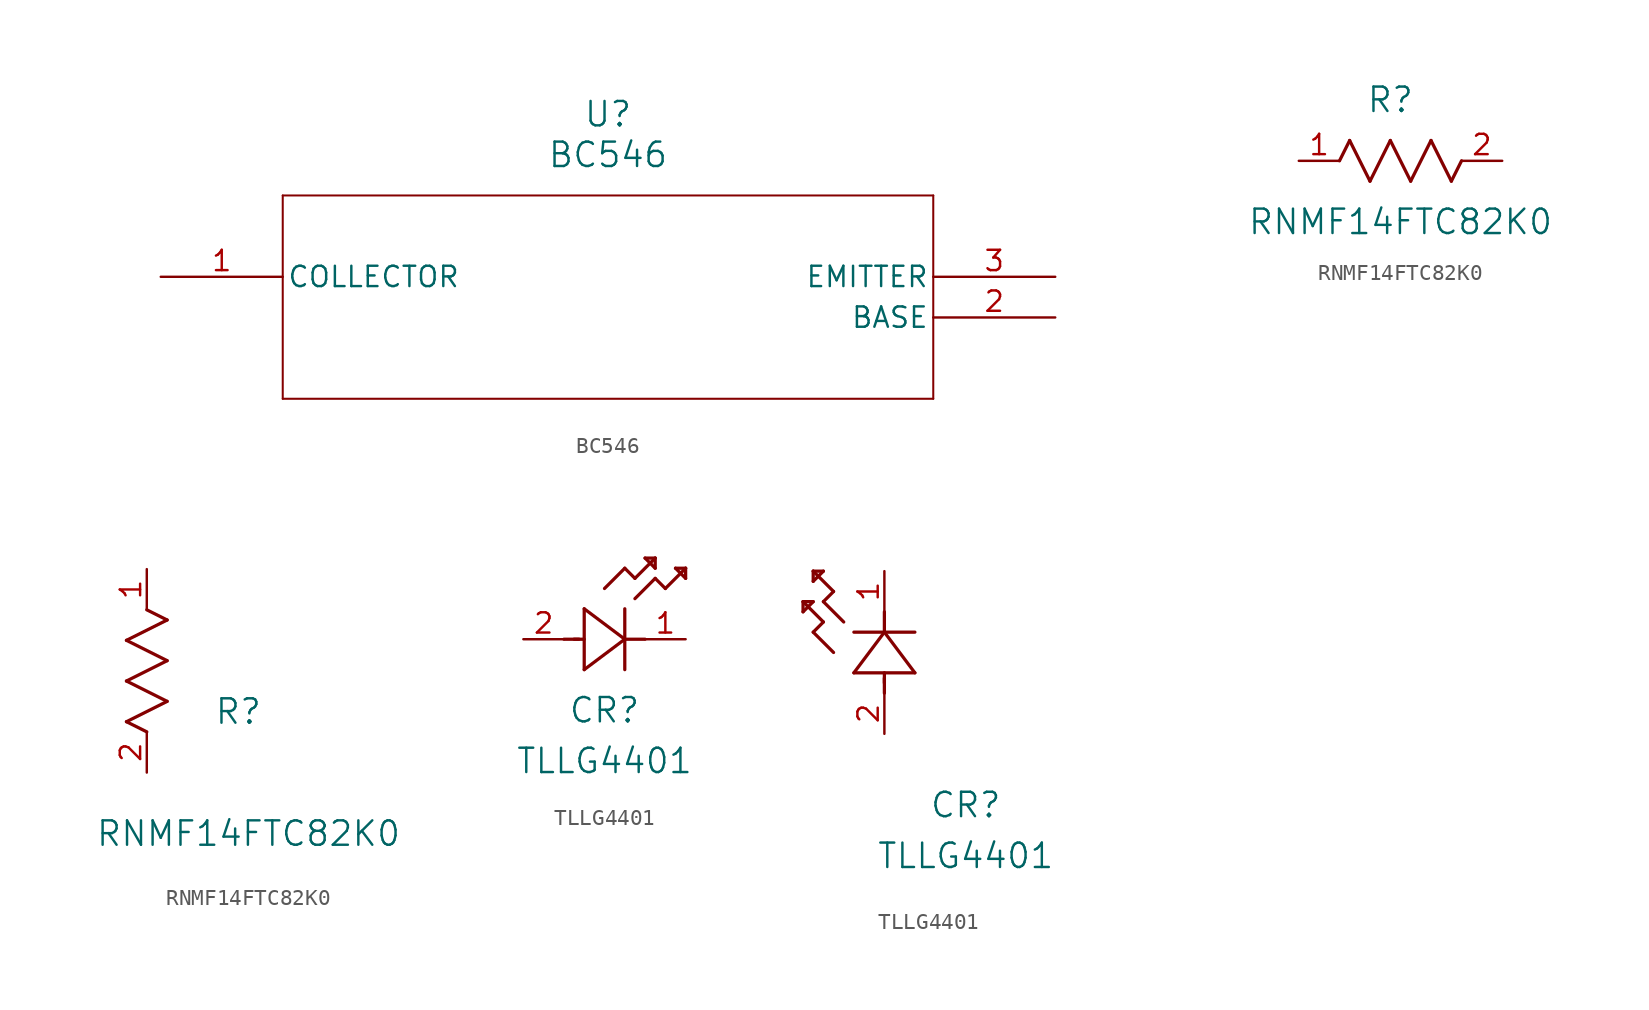
<source format=kicad_sym>
(kicad_symbol_lib
  (version 20220914)
  (generator kicad_symbol_editor)
  (symbol "BC546"
    (pin_names
      (offset 0.254))
    (property "Reference" "U"
      (at 27.94 10.16 0)
      (effects (font (size 1.524 1.524))))
    (property "Value" "BC546"
      (at 27.94 7.62 0)
      (effects (font (size 1.524 1.524))))
    (property "ki_locked" ""
      (at 0 0 0)
      (effects (font (size 1.27 1.27))))
    (symbol "BC546_0_1"
      (polyline (pts (xy 7.62 -7.62) (xy 48.26 -7.62)) (stroke (width 0.127) (type default)) (fill (type none)))
      (polyline (pts (xy 7.62 5.08) (xy 7.62 -7.62)) (stroke (width 0.127) (type default)) (fill (type none)))
      (polyline (pts (xy 48.26 -7.62) (xy 48.26 5.08)) (stroke (width 0.127) (type default)) (fill (type none)))
      (polyline (pts (xy 48.26 5.08) (xy 7.62 5.08)) (stroke (width 0.127) (type default)) (fill (type none)))
      (pin unspecified line (at 0 0 0) (length 7.62) (name "COLLECTOR" (effects (font (size 1.27 1.27)))) (number "1" (effects (font (size 1.27 1.27)))))
      (pin unspecified line (at 55.88 -2.54 180) (length 7.62) (name "BASE" (effects (font (size 1.27 1.27)))) (number "2" (effects (font (size 1.27 1.27)))))
      (pin unspecified line (at 55.88 0 180) (length 7.62) (name "EMITTER" (effects (font (size 1.27 1.27)))) (number "3" (effects (font (size 1.27 1.27)))))))
  (symbol "RNMF14FTC82K0"
    (pin_names
      (offset 0.254))
    (property "Reference" "R"
      (at 5.715 3.81 0)
      (effects (font (size 1.524 1.524))))
    (property "Value" "RNMF14FTC82K0"
      (at 6.35 -3.81 0)
      (effects (font (size 1.524 1.524))))
    (property "ki_locked" ""
      (at 0 0 0)
      (effects (font (size 1.27 1.27))))
    (symbol "RNMF14FTC82K0_1_1"
      (polyline (pts (xy 2.54 0) (xy 3.175 1.27)) (stroke (width 0.203) (type default)) (fill (type none)))
      (polyline (pts (xy 3.175 1.27) (xy 4.445 -1.27)) (stroke (width 0.203) (type default)) (fill (type none)))
      (polyline (pts (xy 4.445 -1.27) (xy 5.715 1.27)) (stroke (width 0.203) (type default)) (fill (type none)))
      (polyline (pts (xy 5.715 1.27) (xy 6.985 -1.27)) (stroke (width 0.203) (type default)) (fill (type none)))
      (polyline (pts (xy 6.985 -1.27) (xy 8.255 1.27)) (stroke (width 0.203) (type default)) (fill (type none)))
      (polyline (pts (xy 8.255 1.27) (xy 9.525 -1.27)) (stroke (width 0.203) (type default)) (fill (type none)))
      (polyline (pts (xy 9.525 -1.27) (xy 10.16 0)) (stroke (width 0.203) (type default)) (fill (type none)))
      (pin unspecified line (at 0 0 0) (length 2.54) (name "" (effects (font (size 1.27 1.27)))) (number "1" (effects (font (size 1.27 1.27)))))
      (pin unspecified line (at 12.7 0 180) (length 2.54) (name "" (effects (font (size 1.27 1.27)))) (number "2" (effects (font (size 1.27 1.27))))))
    (symbol "RNMF14FTC82K0_1_2"
      (polyline (pts (xy -1.27 3.175) (xy 1.27 4.445)) (stroke (width 0.203) (type default)) (fill (type none)))
      (polyline (pts (xy -1.27 5.715) (xy 1.27 6.985)) (stroke (width 0.203) (type default)) (fill (type none)))
      (polyline (pts (xy -1.27 8.255) (xy 1.27 9.525)) (stroke (width 0.203) (type default)) (fill (type none)))
      (polyline (pts (xy 0 2.54) (xy -1.27 3.175)) (stroke (width 0.203) (type default)) (fill (type none)))
      (polyline (pts (xy 1.27 4.445) (xy -1.27 5.715)) (stroke (width 0.203) (type default)) (fill (type none)))
      (polyline (pts (xy 1.27 6.985) (xy -1.27 8.255)) (stroke (width 0.203) (type default)) (fill (type none)))
      (polyline (pts (xy 1.27 9.525) (xy 0 10.16)) (stroke (width 0.203) (type default)) (fill (type none)))
      (pin unspecified line (at 0 12.7 270) (length 2.54) (name "" (effects (font (size 1.27 1.27)))) (number "1" (effects (font (size 1.27 1.27)))))
      (pin unspecified line (at 0 0 90) (length 2.54) (name "" (effects (font (size 1.27 1.27)))) (number "2" (effects (font (size 1.27 1.27)))))))
  (symbol "TLLG4401"
    (pin_names
      (offset 0.254))
    (property "Reference" "CR"
      (at 5.08 -4.445 0)
      (effects (font (size 1.524 1.524))))
    (property "Value" "TLLG4401"
      (at 5.08 -7.62 0)
      (effects (font (size 1.524 1.524))))
    (property "ki_locked" ""
      (at 0 0 0)
      (effects (font (size 1.27 1.27))))
    (symbol "TLLG4401_1_1"
      (polyline (pts (xy 2.54 0) (xy 3.48 0)) (stroke (width 0.203) (type default)) (fill (type none)))
      (polyline (pts (xy 3.175 0) (xy 3.81 0)) (stroke (width 0.203) (type default)) (fill (type none)))
      (polyline (pts (xy 3.81 -1.905) (xy 6.35 0)) (stroke (width 0.203) (type default)) (fill (type none)))
      (polyline (pts (xy 3.81 1.905) (xy 3.81 -1.905)) (stroke (width 0.203) (type default)) (fill (type none)))
      (polyline (pts (xy 5.08 3.175) (xy 6.35 4.445)) (stroke (width 0.203) (type default)) (fill (type none)))
      (polyline (pts (xy 6.35 -1.905) (xy 6.35 1.905)) (stroke (width 0.203) (type default)) (fill (type none)))
      (polyline (pts (xy 6.35 0) (xy 3.81 1.905)) (stroke (width 0.203) (type default)) (fill (type none)))
      (polyline (pts (xy 6.35 0) (xy 7.62 0)) (stroke (width 0.203) (type default)) (fill (type none)))
      (polyline (pts (xy 6.35 4.445) (xy 6.985 3.81)) (stroke (width 0.203) (type default)) (fill (type none)))
      (polyline (pts (xy 6.985 2.54) (xy 8.255 3.81)) (stroke (width 0.203) (type default)) (fill (type none)))
      (polyline (pts (xy 6.985 3.81) (xy 8.255 5.08)) (stroke (width 0.203) (type default)) (fill (type none)))
      (polyline (pts (xy 7.62 5.08) (xy 8.255 4.445)) (stroke (width 0.203) (type default)) (fill (type none)))
      (polyline (pts (xy 8.255 3.81) (xy 8.89 3.175)) (stroke (width 0.203) (type default)) (fill (type none)))
      (polyline (pts (xy 8.255 4.445) (xy 8.255 5.08)) (stroke (width 0.203) (type default)) (fill (type none)))
      (polyline (pts (xy 8.255 5.08) (xy 7.62 5.08)) (stroke (width 0.203) (type default)) (fill (type none)))
      (polyline (pts (xy 8.89 3.175) (xy 10.16 4.445)) (stroke (width 0.203) (type default)) (fill (type none)))
      (polyline (pts (xy 9.525 4.445) (xy 10.16 3.81)) (stroke (width 0.203) (type default)) (fill (type none)))
      (polyline (pts (xy 10.16 3.81) (xy 10.16 4.445)) (stroke (width 0.203) (type default)) (fill (type none)))
      (polyline (pts (xy 10.16 4.445) (xy 9.525 4.445)) (stroke (width 0.203) (type default)) (fill (type none)))
      (pin unspecified line (at 10.16 0 180) (length 2.54) (name "" (effects (font (size 1.27 1.27)))) (number "1" (effects (font (size 1.27 1.27)))))
      (pin unspecified line (at 0 0 0) (length 2.54) (name "" (effects (font (size 1.27 1.27)))) (number "2" (effects (font (size 1.27 1.27))))))
    (symbol "TLLG4401_1_2"
      (polyline (pts (xy -5.08 7.62) (xy -4.445 8.255)) (stroke (width 0.203) (type default)) (fill (type none)))
      (polyline (pts (xy -5.08 8.255) (xy -5.08 7.62)) (stroke (width 0.203) (type default)) (fill (type none)))
      (polyline (pts (xy -4.445 6.35) (xy -3.81 6.985)) (stroke (width 0.203) (type default)) (fill (type none)))
      (polyline (pts (xy -4.445 8.255) (xy -5.08 8.255)) (stroke (width 0.203) (type default)) (fill (type none)))
      (polyline (pts (xy -4.445 9.525) (xy -3.81 10.16)) (stroke (width 0.203) (type default)) (fill (type none)))
      (polyline (pts (xy -4.445 10.16) (xy -4.445 9.525)) (stroke (width 0.203) (type default)) (fill (type none)))
      (polyline (pts (xy -3.81 6.985) (xy -5.08 8.255)) (stroke (width 0.203) (type default)) (fill (type none)))
      (polyline (pts (xy -3.81 8.255) (xy -3.175 8.89)) (stroke (width 0.203) (type default)) (fill (type none)))
      (polyline (pts (xy -3.81 10.16) (xy -4.445 10.16)) (stroke (width 0.203) (type default)) (fill (type none)))
      (polyline (pts (xy -3.175 5.08) (xy -4.445 6.35)) (stroke (width 0.203) (type default)) (fill (type none)))
      (polyline (pts (xy -3.175 8.89) (xy -4.445 10.16)) (stroke (width 0.203) (type default)) (fill (type none)))
      (polyline (pts (xy -2.54 6.985) (xy -3.81 8.255)) (stroke (width 0.203) (type default)) (fill (type none)))
      (polyline (pts (xy -1.905 3.81) (xy 1.905 3.81)) (stroke (width 0.203) (type default)) (fill (type none)))
      (polyline (pts (xy 0 2.54) (xy 0 3.48)) (stroke (width 0.203) (type default)) (fill (type none)))
      (polyline (pts (xy 0 3.175) (xy 0 3.81)) (stroke (width 0.203) (type default)) (fill (type none)))
      (polyline (pts (xy 0 6.35) (xy -1.905 3.81)) (stroke (width 0.203) (type default)) (fill (type none)))
      (polyline (pts (xy 0 6.35) (xy 0 7.62)) (stroke (width 0.203) (type default)) (fill (type none)))
      (polyline (pts (xy 1.905 3.81) (xy 0 6.35)) (stroke (width 0.203) (type default)) (fill (type none)))
      (polyline (pts (xy 1.905 6.35) (xy -1.905 6.35)) (stroke (width 0.203) (type default)) (fill (type none)))
      (pin unspecified line (at 0 10.16 270) (length 2.54) (name "" (effects (font (size 1.27 1.27)))) (number "1" (effects (font (size 1.27 1.27)))))
      (pin unspecified line (at 0 0 90) (length 2.54) (name "" (effects (font (size 1.27 1.27)))) (number "2" (effects (font (size 1.27 1.27))))))))
</source>
